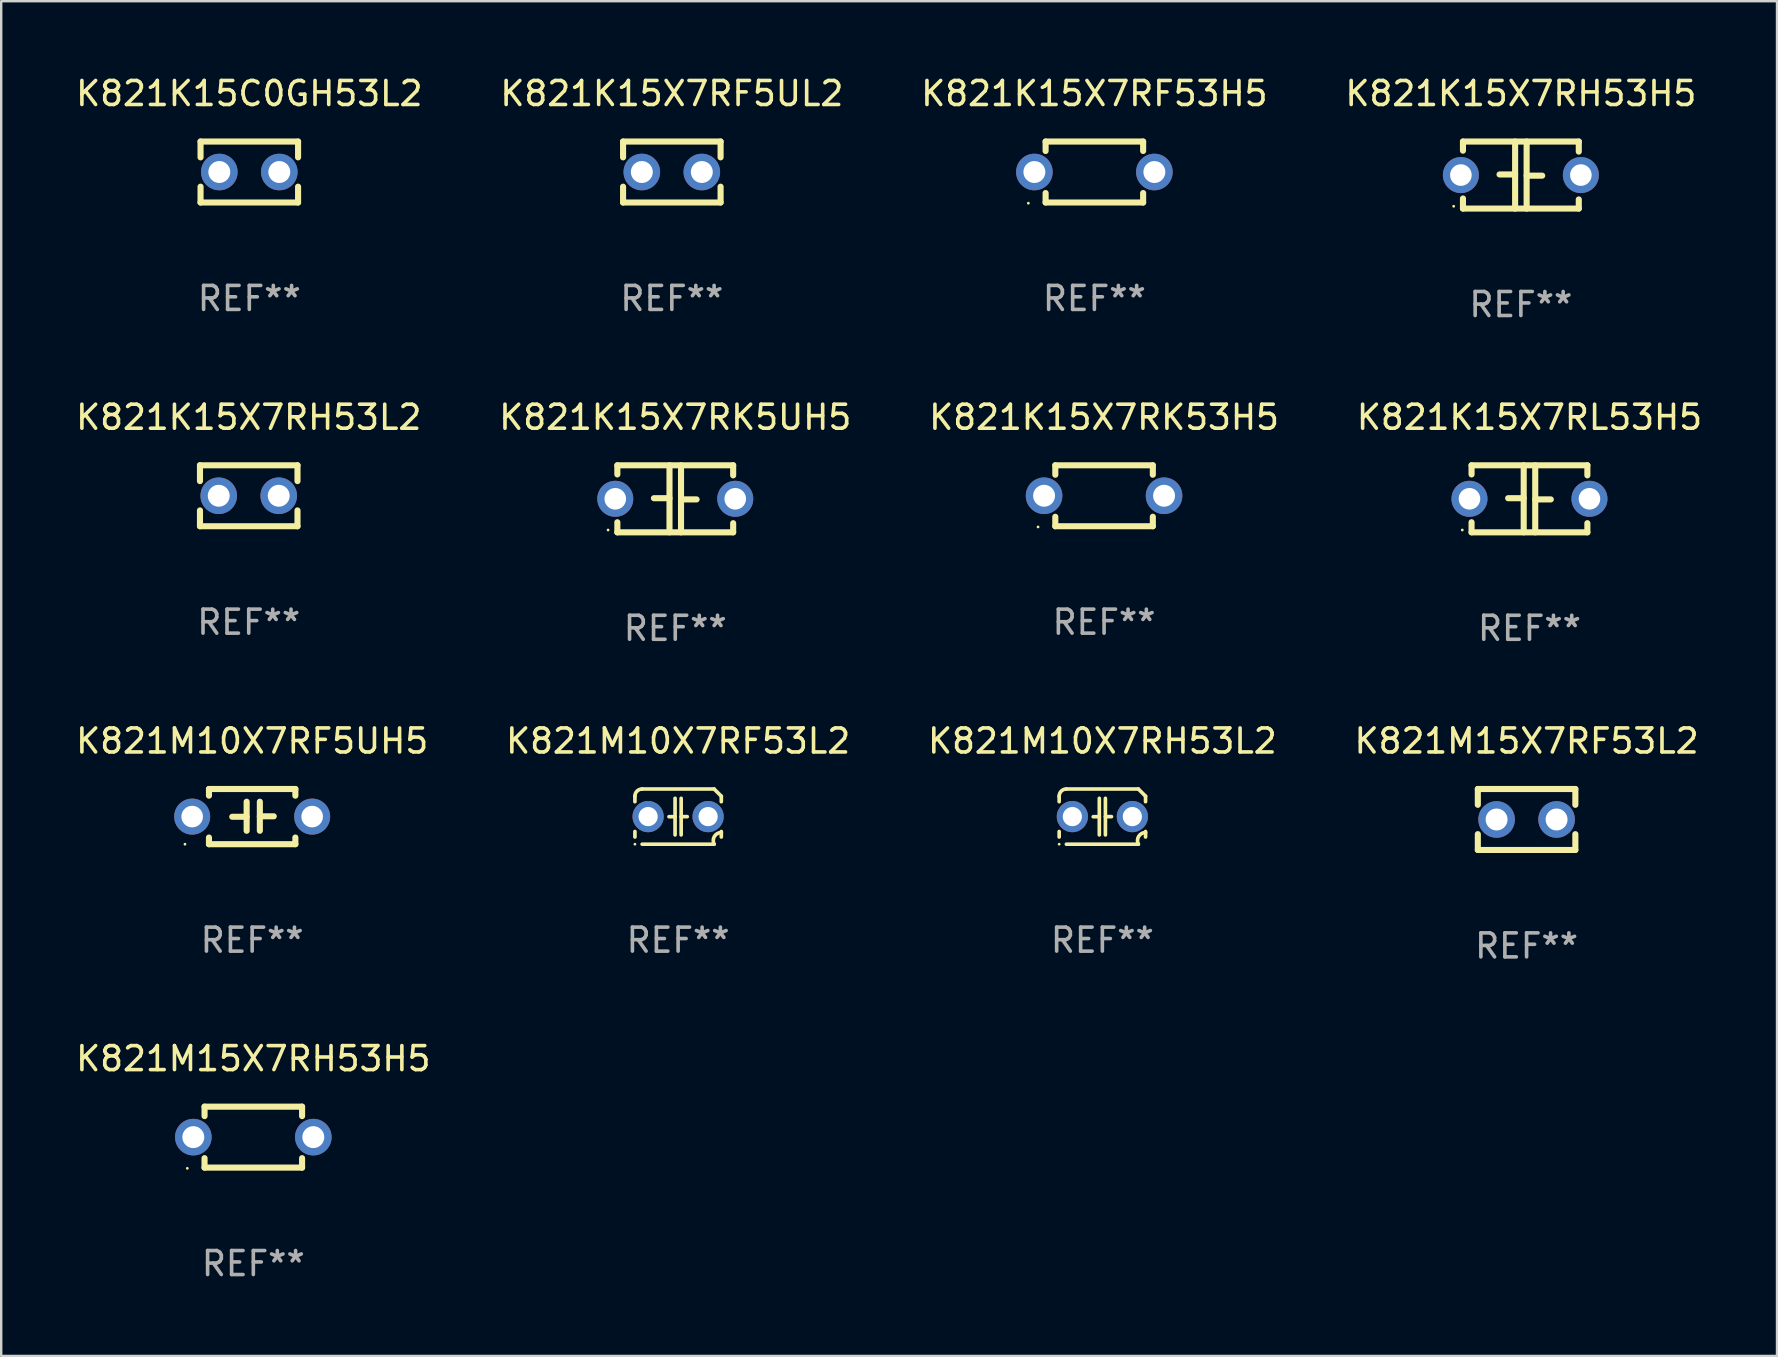
<source format=kicad_pcb>
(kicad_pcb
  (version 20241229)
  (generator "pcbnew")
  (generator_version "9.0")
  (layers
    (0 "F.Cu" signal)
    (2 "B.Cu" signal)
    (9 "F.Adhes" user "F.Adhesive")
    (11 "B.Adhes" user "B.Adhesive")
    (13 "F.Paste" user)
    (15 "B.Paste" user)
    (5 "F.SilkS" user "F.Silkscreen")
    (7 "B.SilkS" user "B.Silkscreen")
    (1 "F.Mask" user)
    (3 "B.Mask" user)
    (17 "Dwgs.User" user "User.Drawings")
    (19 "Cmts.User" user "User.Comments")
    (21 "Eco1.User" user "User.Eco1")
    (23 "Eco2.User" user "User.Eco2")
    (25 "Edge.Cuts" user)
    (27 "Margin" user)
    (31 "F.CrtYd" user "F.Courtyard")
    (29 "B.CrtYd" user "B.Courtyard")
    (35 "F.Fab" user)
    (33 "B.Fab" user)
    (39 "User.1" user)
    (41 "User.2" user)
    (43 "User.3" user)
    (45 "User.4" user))
  (footprint "K821K15X7RK5UH5"
    (layer "F.Cu")
    (at 25.089 17.736)
    (property "Reference" "K821K15X7RK5UH5" (at 0 -3.397 0) (layer "F.SilkS") (effects (font (size 1 1) (thickness 0.15))))
    (attr through_hole)
    (fp_line (start -2.413 -1.397) (end 2.413 -1.397) (stroke (width 0.254) (type solid)) (layer "F.SilkS"))
    (fp_line (start -2.413 -1.016) (end -2.413 -1.397) (stroke (width 0.254) (type solid)) (layer "F.SilkS"))
    (fp_line (start -2.413 0.977) (end -2.413 1.397) (stroke (width 0.254) (type solid)) (layer "F.SilkS"))
    (fp_line (start -0.24 -0.025) (end -0.889 -0.025) (stroke (width 0.254) (type solid)) (layer "F.SilkS"))
    (fp_line (start -0.24 1.397) (end -0.24 -1.397) (stroke (width 0.254) (type solid)) (layer "F.SilkS"))
    (fp_line (start 0.24 -1.397) (end 0.24 1.397) (stroke (width 0.254) (type solid)) (layer "F.SilkS"))
    (fp_line (start 0.24 0.025) (end 0.889 0.025) (stroke (width 0.254) (type solid)) (layer "F.SilkS"))
    (fp_line (start 2.413 -0.977) (end 2.413 -1.397) (stroke (width 0.254) (type solid)) (layer "F.SilkS"))
    (fp_line (start 2.413 1.016) (end 2.413 1.397) (stroke (width 0.254) (type solid)) (layer "F.SilkS"))
    (fp_line (start 2.413 1.397) (end -2.413 1.397) (stroke (width 0.254) (type solid)) (layer "F.SilkS"))
    (fp_circle (center -2.8 1.3) (end -2.77 1.3) (stroke (width 0.06) (type solid)) (fill no) (layer "F.SilkS"))
    (fp_text user "REF**" (at 0 5.397 0) (layer "F.Fab") (effects (font (size 1 1) (thickness 0.15))))
    (pad "1" thru_hole circle (at -2.5 0) (size 1.5 1.5) (drill 0.9) (layers "*.Cu" "*.Mask"))
    (pad "2" thru_hole circle (at 2.5 0) (size 1.5 1.5) (drill 0.9) (layers "*.Cu" "*.Mask")))
  (footprint "K821M10X7RF53L2"
    (layer "F.Cu")
    (at 25.208 30.979)
    (property "Reference" "K821M10X7RF53L2" (at 0 -3.15 0) (layer "F.SilkS") (effects (font (size 1 1) (thickness 0.15))))
    (attr through_hole)
    (fp_line (start -1.8 -0.621) (end -1.8 -0.85) (stroke (width 0.152) (type solid)) (layer "F.SilkS"))
    (fp_line (start -1.8 0.85) (end -1.8 0.621) (stroke (width 0.152) (type solid)) (layer "F.SilkS"))
    (fp_line (start -1.5 -1.15) (end 1.5 -1.15) (stroke (width 0.152) (type solid)) (layer "F.SilkS"))
    (fp_line (start -0.127 -0.762) (end -0.127 0.762) (stroke (width 0.152) (type solid)) (layer "F.SilkS"))
    (fp_line (start -0.127 0.005) (end -0.381 0.005) (stroke (width 0.152) (type solid)) (layer "F.SilkS"))
    (fp_line (start 0.127 -0.762) (end 0.127 0.762) (stroke (width 0.152) (type solid)) (layer "F.SilkS"))
    (fp_line (start 0.127 0.002) (end 0.381 0.002) (stroke (width 0.152) (type solid)) (layer "F.SilkS"))
    (fp_line (start 1.5 1.15) (end -1.5 1.15) (stroke (width 0.152) (type solid)) (layer "F.SilkS"))
    (fp_line (start 1.8 -0.85) (end 1.8 -0.621) (stroke (width 0.152) (type solid)) (layer "F.SilkS"))
    (fp_line (start 1.8 0.621) (end 1.8 0.85) (stroke (width 0.152) (type solid)) (layer "F.SilkS"))
    (fp_arc (start -1.799975 -0.849987) (mid -1.712107 -1.062119) (end -1.499975 -1.149987) (stroke (width 0.151994) (type solid)) (layer "F.SilkS"))
    (fp_arc (start 1.499975 1.149987) (mid 1.513726 0.822359) (end 1.799975 0.662387) (stroke (width 0.151994) (type solid)) (layer "F.SilkS"))
    (fp_arc (start 1.500001 -1.149986) (mid 1.650015 -1.000001) (end 1.8 -0.849987) (stroke (width 0.151994) (type solid)) (layer "F.SilkS"))
    (fp_circle (center -1.8 1.15) (end -1.77 1.15) (stroke (width 0.06) (type solid)) (fill no) (layer "F.SilkS"))
    (fp_text user "REF**" (at 0 5.15 0) (layer "F.Fab") (effects (font (size 1 1) (thickness 0.15))))
    (pad "1" thru_hole circle (at -1.25 0) (size 1.3 1.3) (drill 0.8) (layers "*.Cu" "*.Mask"))
    (pad "2" thru_hole circle (at 1.25 0) (size 1.3 1.3) (drill 0.8) (layers "*.Cu" "*.Mask")))
  (footprint "K821M10X7RF5UH5"
    (layer "F.Cu")
    (at 7.458 30.979)
    (property "Reference" "K821M10X7RF5UH5" (at 0 -3.15 0) (layer "F.SilkS") (effects (font (size 1 1) (thickness 0.15))))
    (attr through_hole)
    (fp_line (start -1.8 -1.15) (end -1.8 -0.872) (stroke (width 0.254) (type solid)) (layer "F.SilkS"))
    (fp_line (start -1.8 -1.15) (end 1.8 -1.15) (stroke (width 0.254) (type solid)) (layer "F.SilkS"))
    (fp_line (start -1.8 0.872) (end -1.8 1.15) (stroke (width 0.254) (type solid)) (layer "F.SilkS"))
    (fp_line (start -1.8 1.15) (end 1.8 1.15) (stroke (width 0.254) (type solid)) (layer "F.SilkS"))
    (fp_line (start -0.23 -0.62) (end -0.23 0.59) (stroke (width 0.254) (type solid)) (layer "F.SilkS"))
    (fp_line (start -0.23 0.007) (end -0.83 0.007) (stroke (width 0.254) (type solid)) (layer "F.SilkS"))
    (fp_line (start 0.32 -0.62) (end 0.32 0.59) (stroke (width 0.254) (type solid)) (layer "F.SilkS"))
    (fp_line (start 0.32 -0.012) (end 0.9 -0.012) (stroke (width 0.254) (type solid)) (layer "F.SilkS"))
    (fp_line (start 1.8 -1.15) (end 1.8 -0.872) (stroke (width 0.254) (type solid)) (layer "F.SilkS"))
    (fp_line (start 1.8 0.872) (end 1.8 1.15) (stroke (width 0.254) (type solid)) (layer "F.SilkS"))
    (fp_circle (center -2.8 1.15) (end -2.77 1.15) (stroke (width 0.06) (type solid)) (fill no) (layer "F.SilkS"))
    (fp_text user "REF**" (at 0 5.15 0) (layer "F.Fab") (effects (font (size 1 1) (thickness 0.15))))
    (pad "1" thru_hole circle (at -2.5 0) (size 1.5 1.5) (drill 0.9) (layers "*.Cu" "*.Mask"))
    (pad "2" thru_hole circle (at 2.5 0) (size 1.5 1.5) (drill 0.9) (layers "*.Cu" "*.Mask")))
  (footprint "K821M15X7RH53H5"
    (layer "F.Cu")
    (at 7.506 44.336)
    (property "Reference" "K821M15X7RH53H5" (at 0 -3.27 0) (layer "F.SilkS") (effects (font (size 1 1) (thickness 0.15))))
    (attr through_hole)
    (fp_line (start -2.032 -1.27) (end -2.032 -0.876) (stroke (width 0.254) (type solid)) (layer "F.SilkS"))
    (fp_line (start -2.032 0.876) (end -2.032 1.27) (stroke (width 0.254) (type solid)) (layer "F.SilkS"))
    (fp_line (start -2.032 1.27) (end 2.032 1.27) (stroke (width 0.254) (type solid)) (layer "F.SilkS"))
    (fp_line (start 2.032 -1.27) (end -2.032 -1.27) (stroke (width 0.254) (type solid)) (layer "F.SilkS"))
    (fp_line (start 2.032 -0.876) (end 2.032 -1.27) (stroke (width 0.254) (type solid)) (layer "F.SilkS"))
    (fp_line (start 2.032 1.27) (end 2.032 0.876) (stroke (width 0.254) (type solid)) (layer "F.SilkS"))
    (fp_circle (center -2.751 1.3) (end -2.721 1.3) (stroke (width 0.06) (type solid)) (fill no) (layer "F.SilkS"))
    (fp_text user "REF**" (at 0 5.27 0) (layer "F.Fab") (effects (font (size 1 1) (thickness 0.15))))
    (pad "1" thru_hole circle (at -2.5 0) (size 1.524 1.524) (drill 0.914) (layers "*.Cu" "*.Mask"))
    (pad "2" thru_hole circle (at 2.5 0) (size 1.524 1.524) (drill 0.914) (layers "*.Cu" "*.Mask")))
  (footprint "K821M10X7RH53L2"
    (layer "F.Cu")
    (at 42.887 30.979)
    (property "Reference" "K821M10X7RH53L2" (at 0 -3.15 0) (layer "F.SilkS") (effects (font (size 1 1) (thickness 0.15))))
    (attr through_hole)
    (fp_line (start -1.8 -0.621) (end -1.8 -0.85) (stroke (width 0.152) (type solid)) (layer "F.SilkS"))
    (fp_line (start -1.8 0.85) (end -1.8 0.621) (stroke (width 0.152) (type solid)) (layer "F.SilkS"))
    (fp_line (start -1.5 -1.15) (end 1.5 -1.15) (stroke (width 0.152) (type solid)) (layer "F.SilkS"))
    (fp_line (start -0.127 -0.762) (end -0.127 0.762) (stroke (width 0.152) (type solid)) (layer "F.SilkS"))
    (fp_line (start -0.127 0.005) (end -0.381 0.005) (stroke (width 0.152) (type solid)) (layer "F.SilkS"))
    (fp_line (start 0.127 -0.762) (end 0.127 0.762) (stroke (width 0.152) (type solid)) (layer "F.SilkS"))
    (fp_line (start 0.127 0.002) (end 0.381 0.002) (stroke (width 0.152) (type solid)) (layer "F.SilkS"))
    (fp_line (start 1.5 1.15) (end -1.5 1.15) (stroke (width 0.152) (type solid)) (layer "F.SilkS"))
    (fp_line (start 1.8 -0.85) (end 1.8 -0.621) (stroke (width 0.152) (type solid)) (layer "F.SilkS"))
    (fp_line (start 1.8 0.621) (end 1.8 0.85) (stroke (width 0.152) (type solid)) (layer "F.SilkS"))
    (fp_arc (start -1.799975 -0.849987) (mid -1.712107 -1.062119) (end -1.499975 -1.149987) (stroke (width 0.151994) (type solid)) (layer "F.SilkS"))
    (fp_arc (start 1.499975 1.149987) (mid 1.513726 0.822359) (end 1.799975 0.662387) (stroke (width 0.151994) (type solid)) (layer "F.SilkS"))
    (fp_arc (start 1.500001 -1.149986) (mid 1.650015 -1.000001) (end 1.8 -0.849987) (stroke (width 0.151994) (type solid)) (layer "F.SilkS"))
    (fp_circle (center -1.8 1.15) (end -1.77 1.15) (stroke (width 0.06) (type solid)) (fill no) (layer "F.SilkS"))
    (fp_text user "REF**" (at 0 5.15 0) (layer "F.Fab") (effects (font (size 1 1) (thickness 0.15))))
    (pad "1" thru_hole circle (at -1.25 0) (size 1.3 1.3) (drill 0.8) (layers "*.Cu" "*.Mask"))
    (pad "2" thru_hole circle (at 1.25 0) (size 1.3 1.3) (drill 0.8) (layers "*.Cu" "*.Mask")))
  (footprint "K821K15X7RF53H5"
    (layer "F.Cu")
    (at 42.554 4.118)
    (property "Reference" "K821K15X7RF53H5" (at 0 -3.27 0) (layer "F.SilkS") (effects (font (size 1 1) (thickness 0.15))))
    (attr through_hole)
    (fp_line (start -2.032 -1.27) (end -2.032 -0.876) (stroke (width 0.254) (type solid)) (layer "F.SilkS"))
    (fp_line (start -2.032 0.876) (end -2.032 1.27) (stroke (width 0.254) (type solid)) (layer "F.SilkS"))
    (fp_line (start -2.032 1.27) (end 2.032 1.27) (stroke (width 0.254) (type solid)) (layer "F.SilkS"))
    (fp_line (start 2.032 -1.27) (end -2.032 -1.27) (stroke (width 0.254) (type solid)) (layer "F.SilkS"))
    (fp_line (start 2.032 -0.876) (end 2.032 -1.27) (stroke (width 0.254) (type solid)) (layer "F.SilkS"))
    (fp_line (start 2.032 1.27) (end 2.032 0.876) (stroke (width 0.254) (type solid)) (layer "F.SilkS"))
    (fp_circle (center -2.751 1.3) (end -2.721 1.3) (stroke (width 0.06) (type solid)) (fill no) (layer "F.SilkS"))
    (fp_text user "REF**" (at 0 5.27 0) (layer "F.Fab") (effects (font (size 1 1) (thickness 0.15))))
    (pad "1" thru_hole circle (at -2.5 0) (size 1.524 1.524) (drill 0.914) (layers "*.Cu" "*.Mask"))
    (pad "2" thru_hole circle (at 2.5 0) (size 1.524 1.524) (drill 0.914) (layers "*.Cu" "*.Mask")))
  (footprint "K821M15X7RF53L2"
    (layer "F.Cu")
    (at 60.565 31.099)
    (property "Reference" "K821M15X7RF53L2" (at 0 -3.27 0) (layer "F.SilkS") (effects (font (size 1 1) (thickness 0.15))))
    (attr through_hole)
    (fp_line (start -2.032 -1.27) (end -2.032 -0.611) (stroke (width 0.254) (type solid)) (layer "F.SilkS"))
    (fp_line (start -2.032 0.611) (end -2.032 1.27) (stroke (width 0.254) (type solid)) (layer "F.SilkS"))
    (fp_line (start -2.032 1.27) (end 2.032 1.27) (stroke (width 0.254) (type solid)) (layer "F.SilkS"))
    (fp_line (start 2.032 -1.27) (end -2.032 -1.27) (stroke (width 0.254) (type solid)) (layer "F.SilkS"))
    (fp_line (start 2.032 -0.611) (end 2.032 -1.27) (stroke (width 0.254) (type solid)) (layer "F.SilkS"))
    (fp_line (start 2.032 1.27) (end 2.032 0.611) (stroke (width 0.254) (type solid)) (layer "F.SilkS"))
    (fp_circle (center -2 1.3) (end -1.97 1.3) (stroke (width 0.06) (type solid)) (fill no) (layer "F.SilkS"))
    (fp_text user "REF**" (at 0 5.27 0) (layer "F.Fab") (effects (font (size 1 1) (thickness 0.15))))
    (pad "1" thru_hole circle (at -1.25 0) (size 1.524 1.524) (drill 0.914) (layers "*.Cu" "*.Mask"))
    (pad "2" thru_hole circle (at 1.25 0) (size 1.524 1.524) (drill 0.914) (layers "*.Cu" "*.Mask")))
  (footprint "K821K15X7RL53H5"
    (layer "F.Cu")
    (at 60.685 17.736)
    (property "Reference" "K821K15X7RL53H5" (at 0 -3.397 0) (layer "F.SilkS") (effects (font (size 1 1) (thickness 0.15))))
    (attr through_hole)
    (fp_line (start -2.413 -1.397) (end 2.413 -1.397) (stroke (width 0.254) (type solid)) (layer "F.SilkS"))
    (fp_line (start -2.413 -1.016) (end -2.413 -1.397) (stroke (width 0.254) (type solid)) (layer "F.SilkS"))
    (fp_line (start -2.413 0.977) (end -2.413 1.397) (stroke (width 0.254) (type solid)) (layer "F.SilkS"))
    (fp_line (start -0.24 -0.025) (end -0.889 -0.025) (stroke (width 0.254) (type solid)) (layer "F.SilkS"))
    (fp_line (start -0.24 1.397) (end -0.24 -1.397) (stroke (width 0.254) (type solid)) (layer "F.SilkS"))
    (fp_line (start 0.24 -1.397) (end 0.24 1.397) (stroke (width 0.254) (type solid)) (layer "F.SilkS"))
    (fp_line (start 0.24 0.025) (end 0.889 0.025) (stroke (width 0.254) (type solid)) (layer "F.SilkS"))
    (fp_line (start 2.413 -0.977) (end 2.413 -1.397) (stroke (width 0.254) (type solid)) (layer "F.SilkS"))
    (fp_line (start 2.413 1.016) (end 2.413 1.397) (stroke (width 0.254) (type solid)) (layer "F.SilkS"))
    (fp_line (start 2.413 1.397) (end -2.413 1.397) (stroke (width 0.254) (type solid)) (layer "F.SilkS"))
    (fp_circle (center -2.8 1.3) (end -2.77 1.3) (stroke (width 0.06) (type solid)) (fill no) (layer "F.SilkS"))
    (fp_text user "REF**" (at 0 5.397 0) (layer "F.Fab") (effects (font (size 1 1) (thickness 0.15))))
    (pad "1" thru_hole circle (at -2.5 0) (size 1.5 1.5) (drill 0.9) (layers "*.Cu" "*.Mask"))
    (pad "2" thru_hole circle (at 2.5 0) (size 1.5 1.5) (drill 0.9) (layers "*.Cu" "*.Mask")))
  (footprint "K821K15X7RH53H5"
    (layer "F.Cu")
    (at 60.327 4.245)
    (property "Reference" "K821K15X7RH53H5" (at 0 -3.397 0) (layer "F.SilkS") (effects (font (size 1 1) (thickness 0.15))))
    (attr through_hole)
    (fp_line (start -2.413 -1.397) (end 2.413 -1.397) (stroke (width 0.254) (type solid)) (layer "F.SilkS"))
    (fp_line (start -2.413 -1.016) (end -2.413 -1.397) (stroke (width 0.254) (type solid)) (layer "F.SilkS"))
    (fp_line (start -2.413 0.977) (end -2.413 1.397) (stroke (width 0.254) (type solid)) (layer "F.SilkS"))
    (fp_line (start -0.24 -0.025) (end -0.889 -0.025) (stroke (width 0.254) (type solid)) (layer "F.SilkS"))
    (fp_line (start -0.24 1.397) (end -0.24 -1.397) (stroke (width 0.254) (type solid)) (layer "F.SilkS"))
    (fp_line (start 0.24 -1.397) (end 0.24 1.397) (stroke (width 0.254) (type solid)) (layer "F.SilkS"))
    (fp_line (start 0.24 0.025) (end 0.889 0.025) (stroke (width 0.254) (type solid)) (layer "F.SilkS"))
    (fp_line (start 2.413 -0.977) (end 2.413 -1.397) (stroke (width 0.254) (type solid)) (layer "F.SilkS"))
    (fp_line (start 2.413 1.016) (end 2.413 1.397) (stroke (width 0.254) (type solid)) (layer "F.SilkS"))
    (fp_line (start 2.413 1.397) (end -2.413 1.397) (stroke (width 0.254) (type solid)) (layer "F.SilkS"))
    (fp_circle (center -2.8 1.3) (end -2.77 1.3) (stroke (width 0.06) (type solid)) (fill no) (layer "F.SilkS"))
    (fp_text user "REF**" (at 0 5.397 0) (layer "F.Fab") (effects (font (size 1 1) (thickness 0.15))))
    (pad "1" thru_hole circle (at -2.5 0) (size 1.5 1.5) (drill 0.9) (layers "*.Cu" "*.Mask"))
    (pad "2" thru_hole circle (at 2.5 0) (size 1.5 1.5) (drill 0.9) (layers "*.Cu" "*.Mask")))
  (footprint "K821K15X7RF5UL2"
    (layer "F.Cu")
    (at 24.946 4.118)
    (property "Reference" "K821K15X7RF5UL2" (at 0 -3.27 0) (layer "F.SilkS") (effects (font (size 1 1) (thickness 0.15))))
    (attr through_hole)
    (fp_line (start -2.032 -1.27) (end -2.032 -0.611) (stroke (width 0.254) (type solid)) (layer "F.SilkS"))
    (fp_line (start -2.032 0.611) (end -2.032 1.27) (stroke (width 0.254) (type solid)) (layer "F.SilkS"))
    (fp_line (start -2.032 1.27) (end 2.032 1.27) (stroke (width 0.254) (type solid)) (layer "F.SilkS"))
    (fp_line (start 2.032 -1.27) (end -2.032 -1.27) (stroke (width 0.254) (type solid)) (layer "F.SilkS"))
    (fp_line (start 2.032 -0.611) (end 2.032 -1.27) (stroke (width 0.254) (type solid)) (layer "F.SilkS"))
    (fp_line (start 2.032 1.27) (end 2.032 0.611) (stroke (width 0.254) (type solid)) (layer "F.SilkS"))
    (fp_circle (center -2 1.3) (end -1.97 1.3) (stroke (width 0.06) (type solid)) (fill no) (layer "F.SilkS"))
    (fp_text user "REF**" (at 0 5.27 0) (layer "F.Fab") (effects (font (size 1 1) (thickness 0.15))))
    (pad "1" thru_hole circle (at -1.25 0) (size 1.524 1.524) (drill 0.914) (layers "*.Cu" "*.Mask"))
    (pad "2" thru_hole circle (at 1.25 0) (size 1.524 1.524) (drill 0.914) (layers "*.Cu" "*.Mask")))
  (footprint "K821K15X7RK53H5"
    (layer "F.Cu")
    (at 42.958 17.609)
    (property "Reference" "K821K15X7RK53H5" (at 0 -3.27 0) (layer "F.SilkS") (effects (font (size 1 1) (thickness 0.15))))
    (attr through_hole)
    (fp_line (start -2.032 -1.27) (end -2.032 -0.876) (stroke (width 0.254) (type solid)) (layer "F.SilkS"))
    (fp_line (start -2.032 0.876) (end -2.032 1.27) (stroke (width 0.254) (type solid)) (layer "F.SilkS"))
    (fp_line (start -2.032 1.27) (end 2.032 1.27) (stroke (width 0.254) (type solid)) (layer "F.SilkS"))
    (fp_line (start 2.032 -1.27) (end -2.032 -1.27) (stroke (width 0.254) (type solid)) (layer "F.SilkS"))
    (fp_line (start 2.032 -0.876) (end 2.032 -1.27) (stroke (width 0.254) (type solid)) (layer "F.SilkS"))
    (fp_line (start 2.032 1.27) (end 2.032 0.876) (stroke (width 0.254) (type solid)) (layer "F.SilkS"))
    (fp_circle (center -2.751 1.3) (end -2.721 1.3) (stroke (width 0.06) (type solid)) (fill no) (layer "F.SilkS"))
    (fp_text user "REF**" (at 0 5.27 0) (layer "F.Fab") (effects (font (size 1 1) (thickness 0.15))))
    (pad "1" thru_hole circle (at -2.5 0) (size 1.524 1.524) (drill 0.914) (layers "*.Cu" "*.Mask"))
    (pad "2" thru_hole circle (at 2.5 0) (size 1.524 1.524) (drill 0.914) (layers "*.Cu" "*.Mask")))
  (footprint "K821K15X7RH53L2"
    (layer "F.Cu")
    (at 7.315 17.609)
    (property "Reference" "K821K15X7RH53L2" (at 0 -3.27 0) (layer "F.SilkS") (effects (font (size 1 1) (thickness 0.15))))
    (attr through_hole)
    (fp_line (start -2.032 -1.27) (end -2.032 -0.611) (stroke (width 0.254) (type solid)) (layer "F.SilkS"))
    (fp_line (start -2.032 0.611) (end -2.032 1.27) (stroke (width 0.254) (type solid)) (layer "F.SilkS"))
    (fp_line (start -2.032 1.27) (end 2.032 1.27) (stroke (width 0.254) (type solid)) (layer "F.SilkS"))
    (fp_line (start 2.032 -1.27) (end -2.032 -1.27) (stroke (width 0.254) (type solid)) (layer "F.SilkS"))
    (fp_line (start 2.032 -0.611) (end 2.032 -1.27) (stroke (width 0.254) (type solid)) (layer "F.SilkS"))
    (fp_line (start 2.032 1.27) (end 2.032 0.611) (stroke (width 0.254) (type solid)) (layer "F.SilkS"))
    (fp_circle (center -2 1.3) (end -1.97 1.3) (stroke (width 0.06) (type solid)) (fill no) (layer "F.SilkS"))
    (fp_text user "REF**" (at 0 5.27 0) (layer "F.Fab") (effects (font (size 1 1) (thickness 0.15))))
    (pad "1" thru_hole circle (at -1.25 0) (size 1.524 1.524) (drill 0.914) (layers "*.Cu" "*.Mask"))
    (pad "2" thru_hole circle (at 1.25 0) (size 1.524 1.524) (drill 0.914) (layers "*.Cu" "*.Mask")))
  (footprint "K821K15C0GH53L2"
    (layer "F.Cu")
    (at 7.339 4.118)
    (property "Reference" "K821K15C0GH53L2" (at 0 -3.27 0) (layer "F.SilkS") (effects (font (size 1 1) (thickness 0.15))))
    (attr through_hole)
    (fp_line (start -2.032 -1.27) (end -2.032 -0.611) (stroke (width 0.254) (type solid)) (layer "F.SilkS"))
    (fp_line (start -2.032 0.611) (end -2.032 1.27) (stroke (width 0.254) (type solid)) (layer "F.SilkS"))
    (fp_line (start -2.032 1.27) (end 2.032 1.27) (stroke (width 0.254) (type solid)) (layer "F.SilkS"))
    (fp_line (start 2.032 -1.27) (end -2.032 -1.27) (stroke (width 0.254) (type solid)) (layer "F.SilkS"))
    (fp_line (start 2.032 -0.611) (end 2.032 -1.27) (stroke (width 0.254) (type solid)) (layer "F.SilkS"))
    (fp_line (start 2.032 1.27) (end 2.032 0.611) (stroke (width 0.254) (type solid)) (layer "F.SilkS"))
    (fp_circle (center -2 1.3) (end -1.97 1.3) (stroke (width 0.06) (type solid)) (fill no) (layer "F.SilkS"))
    (fp_text user "REF**" (at 0 5.27 0) (layer "F.Fab") (effects (font (size 1 1) (thickness 0.15))))
    (pad "1" thru_hole circle (at -1.25 0) (size 1.524 1.524) (drill 0.914) (layers "*.Cu" "*.Mask"))
    (pad "2" thru_hole circle (at 1.25 0) (size 1.524 1.524) (drill 0.914) (layers "*.Cu" "*.Mask")))
  (gr_rect
    (start -3 -3)
    (end 71 53.454)
    (stroke (width 0.1) (type default))
    (fill no)
    (layer "Edge.Cuts")))
</source>
